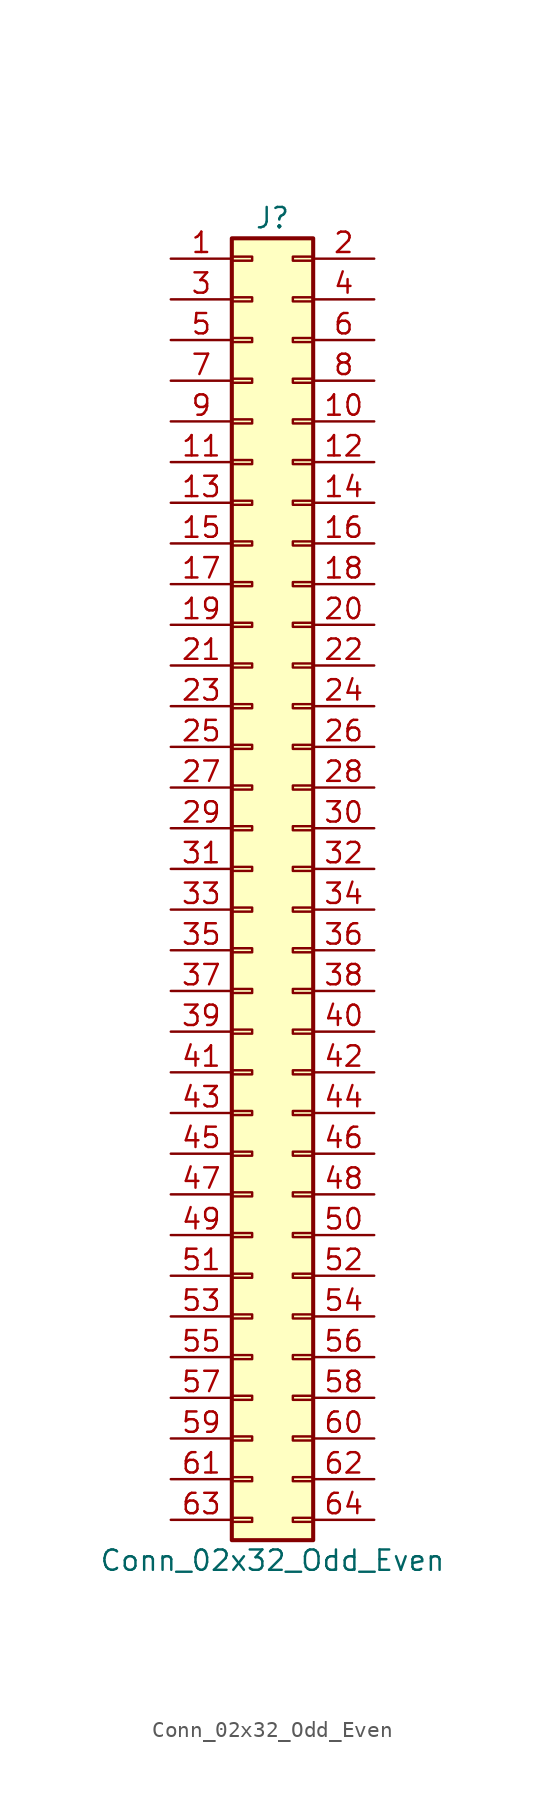
<source format=kicad_sym>
(kicad_symbol_lib
  (version 20220914)
  (generator kicad_symbol_editor)
  (symbol "Conn_02x32_Odd_Even"
    (pin_names
      (offset 1.016) hide)
    (property "Reference" "J"
      (at 1.27 40.64 0)
      (effects (font (size 1.27 1.27))))
    (property "Value" "Conn_02x32_Odd_Even"
      (at 1.27 -43.18 0)
      (effects (font (size 1.27 1.27))))
    (symbol "Conn_02x32_Odd_Even_1_1"
      (rectangle (start -1.27 -40.513) (end 0 -40.767) (stroke (width 0.152) (type default)) (fill (type none)))
      (rectangle (start -1.27 -37.973) (end 0 -38.227) (stroke (width 0.152) (type default)) (fill (type none)))
      (rectangle (start -1.27 -35.433) (end 0 -35.687) (stroke (width 0.152) (type default)) (fill (type none)))
      (rectangle (start -1.27 -32.893) (end 0 -33.147) (stroke (width 0.152) (type default)) (fill (type none)))
      (rectangle (start -1.27 -30.353) (end 0 -30.607) (stroke (width 0.152) (type default)) (fill (type none)))
      (rectangle (start -1.27 -27.813) (end 0 -28.067) (stroke (width 0.152) (type default)) (fill (type none)))
      (rectangle (start -1.27 -25.273) (end 0 -25.527) (stroke (width 0.152) (type default)) (fill (type none)))
      (rectangle (start -1.27 -22.733) (end 0 -22.987) (stroke (width 0.152) (type default)) (fill (type none)))
      (rectangle (start -1.27 -20.193) (end 0 -20.447) (stroke (width 0.152) (type default)) (fill (type none)))
      (rectangle (start -1.27 -17.653) (end 0 -17.907) (stroke (width 0.152) (type default)) (fill (type none)))
      (rectangle (start -1.27 -15.113) (end 0 -15.367) (stroke (width 0.152) (type default)) (fill (type none)))
      (rectangle (start -1.27 -12.573) (end 0 -12.827) (stroke (width 0.152) (type default)) (fill (type none)))
      (rectangle (start -1.27 -10.033) (end 0 -10.287) (stroke (width 0.152) (type default)) (fill (type none)))
      (rectangle (start -1.27 -7.493) (end 0 -7.747) (stroke (width 0.152) (type default)) (fill (type none)))
      (rectangle (start -1.27 -4.953) (end 0 -5.207) (stroke (width 0.152) (type default)) (fill (type none)))
      (rectangle (start -1.27 -2.413) (end 0 -2.667) (stroke (width 0.152) (type default)) (fill (type none)))
      (rectangle (start -1.27 0.127) (end 0 -0.127) (stroke (width 0.152) (type default)) (fill (type none)))
      (rectangle (start -1.27 2.667) (end 0 2.413) (stroke (width 0.152) (type default)) (fill (type none)))
      (rectangle (start -1.27 5.207) (end 0 4.953) (stroke (width 0.152) (type default)) (fill (type none)))
      (rectangle (start -1.27 7.747) (end 0 7.493) (stroke (width 0.152) (type default)) (fill (type none)))
      (rectangle (start -1.27 10.287) (end 0 10.033) (stroke (width 0.152) (type default)) (fill (type none)))
      (rectangle (start -1.27 12.827) (end 0 12.573) (stroke (width 0.152) (type default)) (fill (type none)))
      (rectangle (start -1.27 15.367) (end 0 15.113) (stroke (width 0.152) (type default)) (fill (type none)))
      (rectangle (start -1.27 17.907) (end 0 17.653) (stroke (width 0.152) (type default)) (fill (type none)))
      (rectangle (start -1.27 20.447) (end 0 20.193) (stroke (width 0.152) (type default)) (fill (type none)))
      (rectangle (start -1.27 22.987) (end 0 22.733) (stroke (width 0.152) (type default)) (fill (type none)))
      (rectangle (start -1.27 25.527) (end 0 25.273) (stroke (width 0.152) (type default)) (fill (type none)))
      (rectangle (start -1.27 28.067) (end 0 27.813) (stroke (width 0.152) (type default)) (fill (type none)))
      (rectangle (start -1.27 30.607) (end 0 30.353) (stroke (width 0.152) (type default)) (fill (type none)))
      (rectangle (start -1.27 33.147) (end 0 32.893) (stroke (width 0.152) (type default)) (fill (type none)))
      (rectangle (start -1.27 35.687) (end 0 35.433) (stroke (width 0.152) (type default)) (fill (type none)))
      (rectangle (start -1.27 38.227) (end 0 37.973) (stroke (width 0.152) (type default)) (fill (type none)))
      (rectangle (start -1.27 39.37) (end 3.81 -41.91) (stroke (width 0.254) (type default)) (fill (type background)))
      (rectangle (start 3.81 -40.513) (end 2.54 -40.767) (stroke (width 0.152) (type default)) (fill (type none)))
      (rectangle (start 3.81 -37.973) (end 2.54 -38.227) (stroke (width 0.152) (type default)) (fill (type none)))
      (rectangle (start 3.81 -35.433) (end 2.54 -35.687) (stroke (width 0.152) (type default)) (fill (type none)))
      (rectangle (start 3.81 -32.893) (end 2.54 -33.147) (stroke (width 0.152) (type default)) (fill (type none)))
      (rectangle (start 3.81 -30.353) (end 2.54 -30.607) (stroke (width 0.152) (type default)) (fill (type none)))
      (rectangle (start 3.81 -27.813) (end 2.54 -28.067) (stroke (width 0.152) (type default)) (fill (type none)))
      (rectangle (start 3.81 -25.273) (end 2.54 -25.527) (stroke (width 0.152) (type default)) (fill (type none)))
      (rectangle (start 3.81 -22.733) (end 2.54 -22.987) (stroke (width 0.152) (type default)) (fill (type none)))
      (rectangle (start 3.81 -20.193) (end 2.54 -20.447) (stroke (width 0.152) (type default)) (fill (type none)))
      (rectangle (start 3.81 -17.653) (end 2.54 -17.907) (stroke (width 0.152) (type default)) (fill (type none)))
      (rectangle (start 3.81 -15.113) (end 2.54 -15.367) (stroke (width 0.152) (type default)) (fill (type none)))
      (rectangle (start 3.81 -12.573) (end 2.54 -12.827) (stroke (width 0.152) (type default)) (fill (type none)))
      (rectangle (start 3.81 -10.033) (end 2.54 -10.287) (stroke (width 0.152) (type default)) (fill (type none)))
      (rectangle (start 3.81 -7.493) (end 2.54 -7.747) (stroke (width 0.152) (type default)) (fill (type none)))
      (rectangle (start 3.81 -4.953) (end 2.54 -5.207) (stroke (width 0.152) (type default)) (fill (type none)))
      (rectangle (start 3.81 -2.413) (end 2.54 -2.667) (stroke (width 0.152) (type default)) (fill (type none)))
      (rectangle (start 3.81 0.127) (end 2.54 -0.127) (stroke (width 0.152) (type default)) (fill (type none)))
      (rectangle (start 3.81 2.667) (end 2.54 2.413) (stroke (width 0.152) (type default)) (fill (type none)))
      (rectangle (start 3.81 5.207) (end 2.54 4.953) (stroke (width 0.152) (type default)) (fill (type none)))
      (rectangle (start 3.81 7.747) (end 2.54 7.493) (stroke (width 0.152) (type default)) (fill (type none)))
      (rectangle (start 3.81 10.287) (end 2.54 10.033) (stroke (width 0.152) (type default)) (fill (type none)))
      (rectangle (start 3.81 12.827) (end 2.54 12.573) (stroke (width 0.152) (type default)) (fill (type none)))
      (rectangle (start 3.81 15.367) (end 2.54 15.113) (stroke (width 0.152) (type default)) (fill (type none)))
      (rectangle (start 3.81 17.907) (end 2.54 17.653) (stroke (width 0.152) (type default)) (fill (type none)))
      (rectangle (start 3.81 20.447) (end 2.54 20.193) (stroke (width 0.152) (type default)) (fill (type none)))
      (rectangle (start 3.81 22.987) (end 2.54 22.733) (stroke (width 0.152) (type default)) (fill (type none)))
      (rectangle (start 3.81 25.527) (end 2.54 25.273) (stroke (width 0.152) (type default)) (fill (type none)))
      (rectangle (start 3.81 28.067) (end 2.54 27.813) (stroke (width 0.152) (type default)) (fill (type none)))
      (rectangle (start 3.81 30.607) (end 2.54 30.353) (stroke (width 0.152) (type default)) (fill (type none)))
      (rectangle (start 3.81 33.147) (end 2.54 32.893) (stroke (width 0.152) (type default)) (fill (type none)))
      (rectangle (start 3.81 35.687) (end 2.54 35.433) (stroke (width 0.152) (type default)) (fill (type none)))
      (rectangle (start 3.81 38.227) (end 2.54 37.973) (stroke (width 0.152) (type default)) (fill (type none)))
      (pin passive line (at -5.08 38.1 0) (length 3.81) (name "Pin_1" (effects (font (size 1.27 1.27)))) (number "1" (effects (font (size 1.27 1.27)))))
      (pin passive line (at 7.62 27.94 180) (length 3.81) (name "Pin_10" (effects (font (size 1.27 1.27)))) (number "10" (effects (font (size 1.27 1.27)))))
      (pin passive line (at -5.08 25.4 0) (length 3.81) (name "Pin_11" (effects (font (size 1.27 1.27)))) (number "11" (effects (font (size 1.27 1.27)))))
      (pin passive line (at 7.62 25.4 180) (length 3.81) (name "Pin_12" (effects (font (size 1.27 1.27)))) (number "12" (effects (font (size 1.27 1.27)))))
      (pin passive line (at -5.08 22.86 0) (length 3.81) (name "Pin_13" (effects (font (size 1.27 1.27)))) (number "13" (effects (font (size 1.27 1.27)))))
      (pin passive line (at 7.62 22.86 180) (length 3.81) (name "Pin_14" (effects (font (size 1.27 1.27)))) (number "14" (effects (font (size 1.27 1.27)))))
      (pin passive line (at -5.08 20.32 0) (length 3.81) (name "Pin_15" (effects (font (size 1.27 1.27)))) (number "15" (effects (font (size 1.27 1.27)))))
      (pin passive line (at 7.62 20.32 180) (length 3.81) (name "Pin_16" (effects (font (size 1.27 1.27)))) (number "16" (effects (font (size 1.27 1.27)))))
      (pin passive line (at -5.08 17.78 0) (length 3.81) (name "Pin_17" (effects (font (size 1.27 1.27)))) (number "17" (effects (font (size 1.27 1.27)))))
      (pin passive line (at 7.62 17.78 180) (length 3.81) (name "Pin_18" (effects (font (size 1.27 1.27)))) (number "18" (effects (font (size 1.27 1.27)))))
      (pin passive line (at -5.08 15.24 0) (length 3.81) (name "Pin_19" (effects (font (size 1.27 1.27)))) (number "19" (effects (font (size 1.27 1.27)))))
      (pin passive line (at 7.62 38.1 180) (length 3.81) (name "Pin_2" (effects (font (size 1.27 1.27)))) (number "2" (effects (font (size 1.27 1.27)))))
      (pin passive line (at 7.62 15.24 180) (length 3.81) (name "Pin_20" (effects (font (size 1.27 1.27)))) (number "20" (effects (font (size 1.27 1.27)))))
      (pin passive line (at -5.08 12.7 0) (length 3.81) (name "Pin_21" (effects (font (size 1.27 1.27)))) (number "21" (effects (font (size 1.27 1.27)))))
      (pin passive line (at 7.62 12.7 180) (length 3.81) (name "Pin_22" (effects (font (size 1.27 1.27)))) (number "22" (effects (font (size 1.27 1.27)))))
      (pin passive line (at -5.08 10.16 0) (length 3.81) (name "Pin_23" (effects (font (size 1.27 1.27)))) (number "23" (effects (font (size 1.27 1.27)))))
      (pin passive line (at 7.62 10.16 180) (length 3.81) (name "Pin_24" (effects (font (size 1.27 1.27)))) (number "24" (effects (font (size 1.27 1.27)))))
      (pin passive line (at -5.08 7.62 0) (length 3.81) (name "Pin_25" (effects (font (size 1.27 1.27)))) (number "25" (effects (font (size 1.27 1.27)))))
      (pin passive line (at 7.62 7.62 180) (length 3.81) (name "Pin_26" (effects (font (size 1.27 1.27)))) (number "26" (effects (font (size 1.27 1.27)))))
      (pin passive line (at -5.08 5.08 0) (length 3.81) (name "Pin_27" (effects (font (size 1.27 1.27)))) (number "27" (effects (font (size 1.27 1.27)))))
      (pin passive line (at 7.62 5.08 180) (length 3.81) (name "Pin_28" (effects (font (size 1.27 1.27)))) (number "28" (effects (font (size 1.27 1.27)))))
      (pin passive line (at -5.08 2.54 0) (length 3.81) (name "Pin_29" (effects (font (size 1.27 1.27)))) (number "29" (effects (font (size 1.27 1.27)))))
      (pin passive line (at -5.08 35.56 0) (length 3.81) (name "Pin_3" (effects (font (size 1.27 1.27)))) (number "3" (effects (font (size 1.27 1.27)))))
      (pin passive line (at 7.62 2.54 180) (length 3.81) (name "Pin_30" (effects (font (size 1.27 1.27)))) (number "30" (effects (font (size 1.27 1.27)))))
      (pin passive line (at -5.08 0 0) (length 3.81) (name "Pin_31" (effects (font (size 1.27 1.27)))) (number "31" (effects (font (size 1.27 1.27)))))
      (pin passive line (at 7.62 0 180) (length 3.81) (name "Pin_32" (effects (font (size 1.27 1.27)))) (number "32" (effects (font (size 1.27 1.27)))))
      (pin passive line (at -5.08 -2.54 0) (length 3.81) (name "Pin_33" (effects (font (size 1.27 1.27)))) (number "33" (effects (font (size 1.27 1.27)))))
      (pin passive line (at 7.62 -2.54 180) (length 3.81) (name "Pin_34" (effects (font (size 1.27 1.27)))) (number "34" (effects (font (size 1.27 1.27)))))
      (pin passive line (at -5.08 -5.08 0) (length 3.81) (name "Pin_35" (effects (font (size 1.27 1.27)))) (number "35" (effects (font (size 1.27 1.27)))))
      (pin passive line (at 7.62 -5.08 180) (length 3.81) (name "Pin_36" (effects (font (size 1.27 1.27)))) (number "36" (effects (font (size 1.27 1.27)))))
      (pin passive line (at -5.08 -7.62 0) (length 3.81) (name "Pin_37" (effects (font (size 1.27 1.27)))) (number "37" (effects (font (size 1.27 1.27)))))
      (pin passive line (at 7.62 -7.62 180) (length 3.81) (name "Pin_38" (effects (font (size 1.27 1.27)))) (number "38" (effects (font (size 1.27 1.27)))))
      (pin passive line (at -5.08 -10.16 0) (length 3.81) (name "Pin_39" (effects (font (size 1.27 1.27)))) (number "39" (effects (font (size 1.27 1.27)))))
      (pin passive line (at 7.62 35.56 180) (length 3.81) (name "Pin_4" (effects (font (size 1.27 1.27)))) (number "4" (effects (font (size 1.27 1.27)))))
      (pin passive line (at 7.62 -10.16 180) (length 3.81) (name "Pin_40" (effects (font (size 1.27 1.27)))) (number "40" (effects (font (size 1.27 1.27)))))
      (pin passive line (at -5.08 -12.7 0) (length 3.81) (name "Pin_41" (effects (font (size 1.27 1.27)))) (number "41" (effects (font (size 1.27 1.27)))))
      (pin passive line (at 7.62 -12.7 180) (length 3.81) (name "Pin_42" (effects (font (size 1.27 1.27)))) (number "42" (effects (font (size 1.27 1.27)))))
      (pin passive line (at -5.08 -15.24 0) (length 3.81) (name "Pin_43" (effects (font (size 1.27 1.27)))) (number "43" (effects (font (size 1.27 1.27)))))
      (pin passive line (at 7.62 -15.24 180) (length 3.81) (name "Pin_44" (effects (font (size 1.27 1.27)))) (number "44" (effects (font (size 1.27 1.27)))))
      (pin passive line (at -5.08 -17.78 0) (length 3.81) (name "Pin_45" (effects (font (size 1.27 1.27)))) (number "45" (effects (font (size 1.27 1.27)))))
      (pin passive line (at 7.62 -17.78 180) (length 3.81) (name "Pin_46" (effects (font (size 1.27 1.27)))) (number "46" (effects (font (size 1.27 1.27)))))
      (pin passive line (at -5.08 -20.32 0) (length 3.81) (name "Pin_47" (effects (font (size 1.27 1.27)))) (number "47" (effects (font (size 1.27 1.27)))))
      (pin passive line (at 7.62 -20.32 180) (length 3.81) (name "Pin_48" (effects (font (size 1.27 1.27)))) (number "48" (effects (font (size 1.27 1.27)))))
      (pin passive line (at -5.08 -22.86 0) (length 3.81) (name "Pin_49" (effects (font (size 1.27 1.27)))) (number "49" (effects (font (size 1.27 1.27)))))
      (pin passive line (at -5.08 33.02 0) (length 3.81) (name "Pin_5" (effects (font (size 1.27 1.27)))) (number "5" (effects (font (size 1.27 1.27)))))
      (pin passive line (at 7.62 -22.86 180) (length 3.81) (name "Pin_50" (effects (font (size 1.27 1.27)))) (number "50" (effects (font (size 1.27 1.27)))))
      (pin passive line (at -5.08 -25.4 0) (length 3.81) (name "Pin_51" (effects (font (size 1.27 1.27)))) (number "51" (effects (font (size 1.27 1.27)))))
      (pin passive line (at 7.62 -25.4 180) (length 3.81) (name "Pin_52" (effects (font (size 1.27 1.27)))) (number "52" (effects (font (size 1.27 1.27)))))
      (pin passive line (at -5.08 -27.94 0) (length 3.81) (name "Pin_53" (effects (font (size 1.27 1.27)))) (number "53" (effects (font (size 1.27 1.27)))))
      (pin passive line (at 7.62 -27.94 180) (length 3.81) (name "Pin_54" (effects (font (size 1.27 1.27)))) (number "54" (effects (font (size 1.27 1.27)))))
      (pin passive line (at -5.08 -30.48 0) (length 3.81) (name "Pin_55" (effects (font (size 1.27 1.27)))) (number "55" (effects (font (size 1.27 1.27)))))
      (pin passive line (at 7.62 -30.48 180) (length 3.81) (name "Pin_56" (effects (font (size 1.27 1.27)))) (number "56" (effects (font (size 1.27 1.27)))))
      (pin passive line (at -5.08 -33.02 0) (length 3.81) (name "Pin_57" (effects (font (size 1.27 1.27)))) (number "57" (effects (font (size 1.27 1.27)))))
      (pin passive line (at 7.62 -33.02 180) (length 3.81) (name "Pin_58" (effects (font (size 1.27 1.27)))) (number "58" (effects (font (size 1.27 1.27)))))
      (pin passive line (at -5.08 -35.56 0) (length 3.81) (name "Pin_59" (effects (font (size 1.27 1.27)))) (number "59" (effects (font (size 1.27 1.27)))))
      (pin passive line (at 7.62 33.02 180) (length 3.81) (name "Pin_6" (effects (font (size 1.27 1.27)))) (number "6" (effects (font (size 1.27 1.27)))))
      (pin passive line (at 7.62 -35.56 180) (length 3.81) (name "Pin_60" (effects (font (size 1.27 1.27)))) (number "60" (effects (font (size 1.27 1.27)))))
      (pin passive line (at -5.08 -38.1 0) (length 3.81) (name "Pin_61" (effects (font (size 1.27 1.27)))) (number "61" (effects (font (size 1.27 1.27)))))
      (pin passive line (at 7.62 -38.1 180) (length 3.81) (name "Pin_62" (effects (font (size 1.27 1.27)))) (number "62" (effects (font (size 1.27 1.27)))))
      (pin passive line (at -5.08 -40.64 0) (length 3.81) (name "Pin_63" (effects (font (size 1.27 1.27)))) (number "63" (effects (font (size 1.27 1.27)))))
      (pin passive line (at 7.62 -40.64 180) (length 3.81) (name "Pin_64" (effects (font (size 1.27 1.27)))) (number "64" (effects (font (size 1.27 1.27)))))
      (pin passive line (at -5.08 30.48 0) (length 3.81) (name "Pin_7" (effects (font (size 1.27 1.27)))) (number "7" (effects (font (size 1.27 1.27)))))
      (pin passive line (at 7.62 30.48 180) (length 3.81) (name "Pin_8" (effects (font (size 1.27 1.27)))) (number "8" (effects (font (size 1.27 1.27)))))
      (pin passive line (at -5.08 27.94 0) (length 3.81) (name "Pin_9" (effects (font (size 1.27 1.27)))) (number "9" (effects (font (size 1.27 1.27))))))))
</source>
